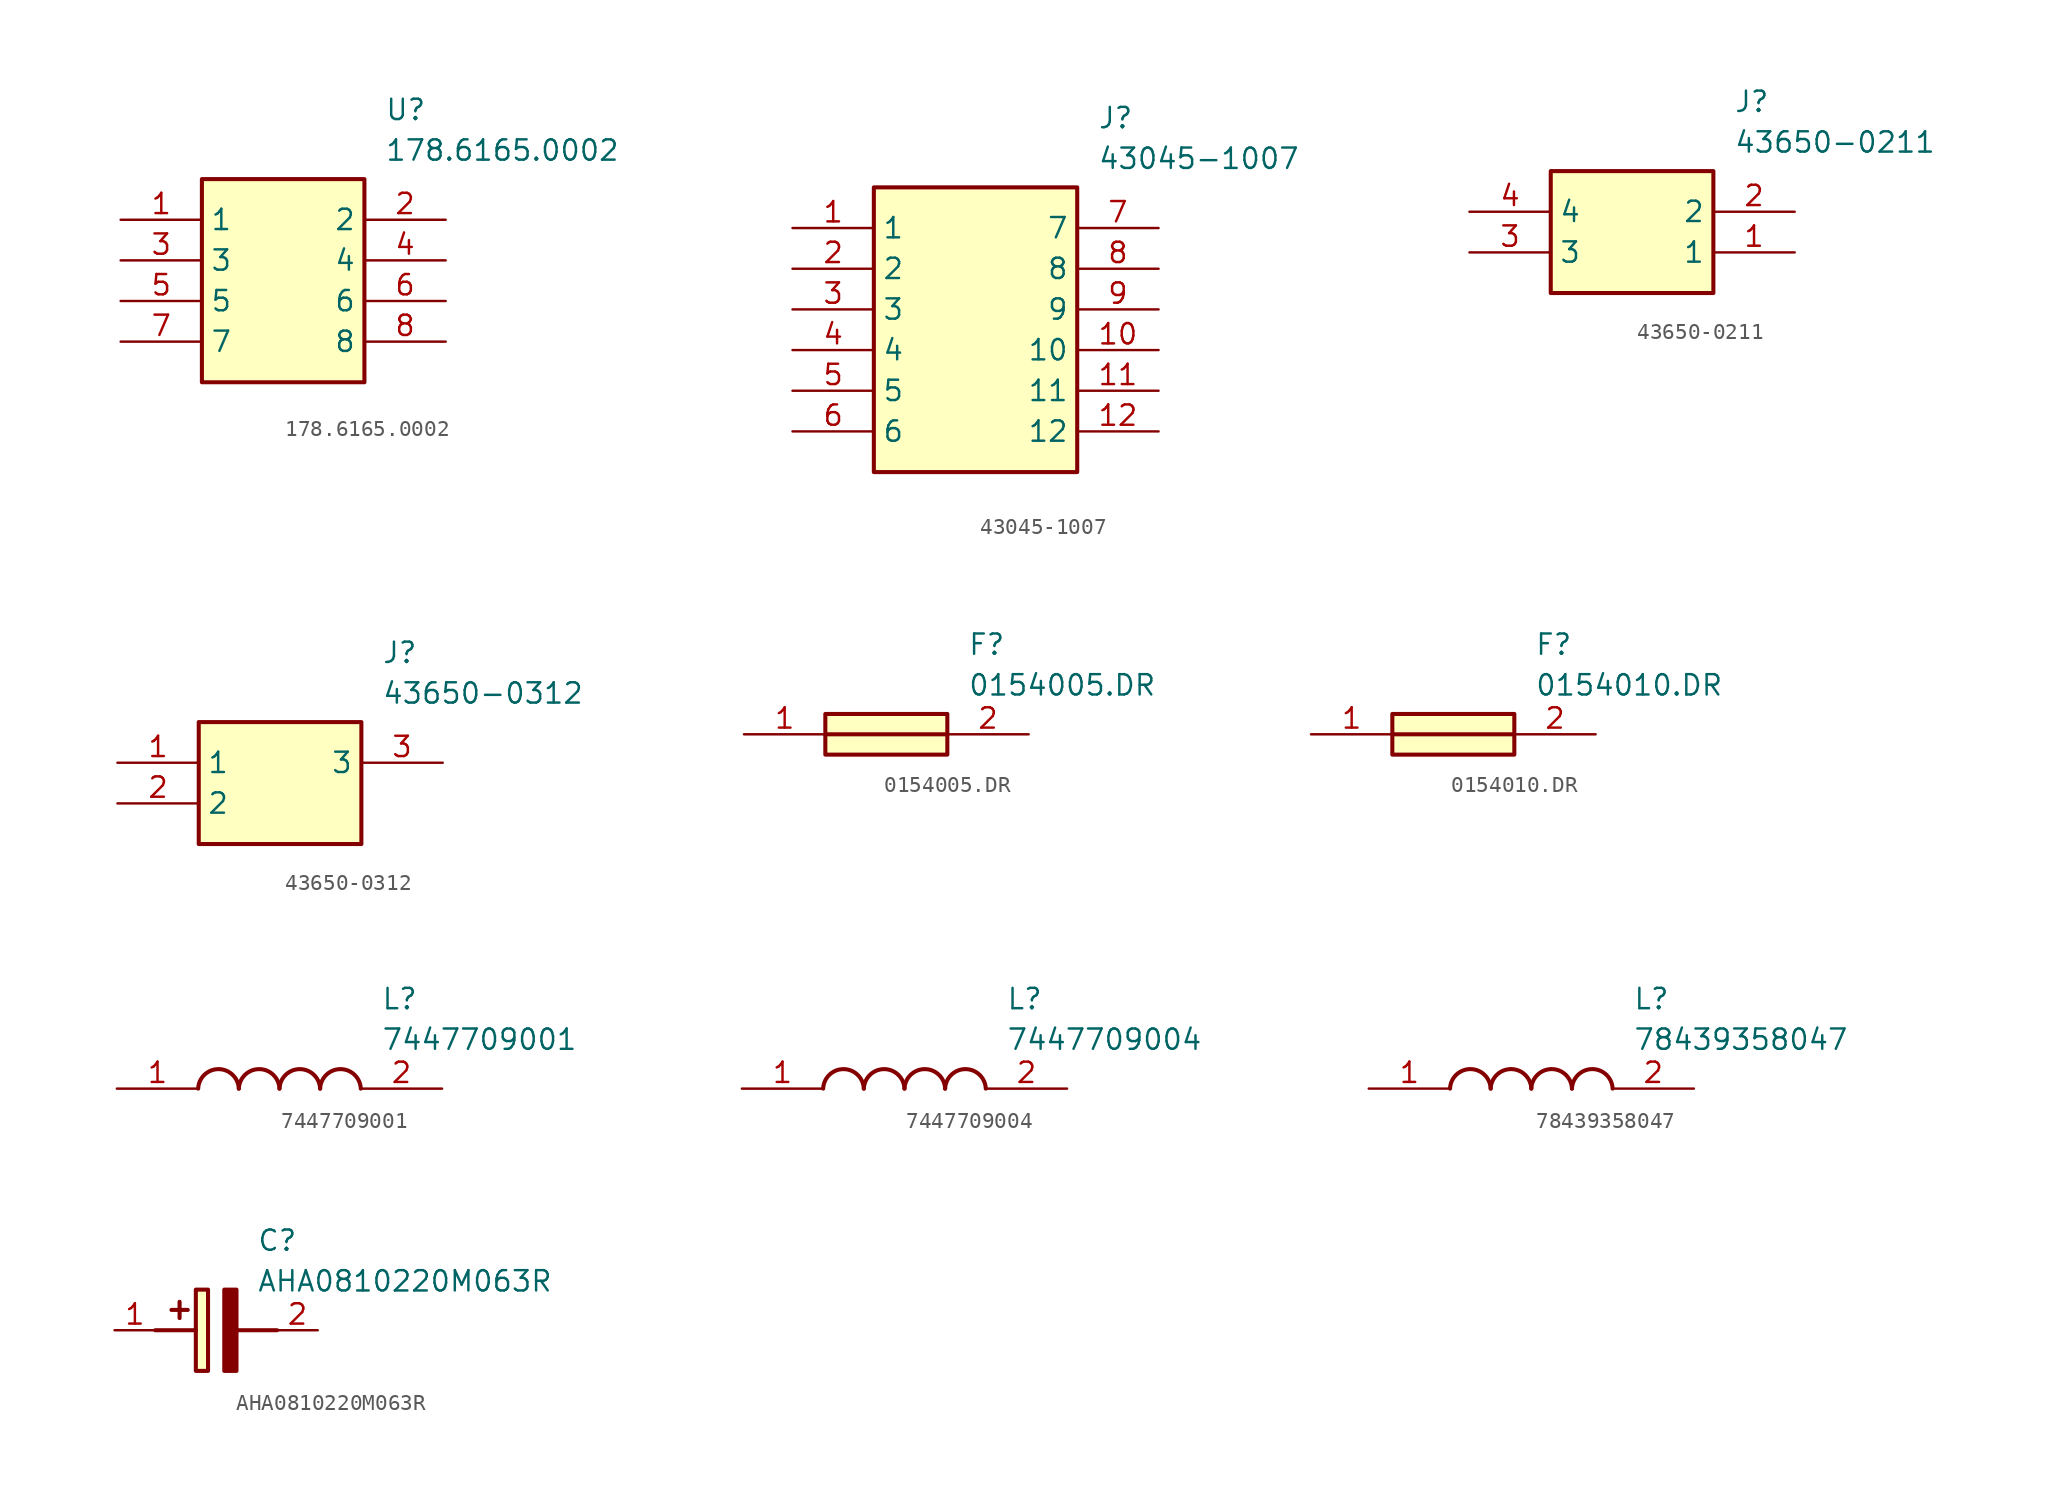
<source format=kicad_sym>
(kicad_symbol_lib
  (version 20241209)
  (generator "kicad_symbol_editor")
  (generator_version "9.0")
  (symbol "178.6165.0002"
    (property "Reference" "U"
      (at 16.51 7.62 0)
      (effects (font (size 1.27 1.27)) (justify left top)))
    (property "Value" "178.6165.0002"
      (at 16.51 5.08 0)
      (effects (font (size 1.27 1.27)) (justify left top)))
    (rectangle
      (start 5.08 2.54)
      (end 15.24 -10.16)
      (stroke (width 0.254) (type default))
      (fill (type background)))
    (pin passive line
      (at 0 0 0)
      (length 5.08)
      (name "1" (effects (font (size 1.27 1.27))))
      (number "1" (effects (font (size 1.27 1.27)))))
    (pin passive line
      (at 20.32 0 180)
      (length 5.08)
      (name "2" (effects (font (size 1.27 1.27))))
      (number "2" (effects (font (size 1.27 1.27)))))
    (pin passive line
      (at 0 -2.54 0)
      (length 5.08)
      (name "3" (effects (font (size 1.27 1.27))))
      (number "3" (effects (font (size 1.27 1.27)))))
    (pin passive line
      (at 20.32 -2.54 180)
      (length 5.08)
      (name "4" (effects (font (size 1.27 1.27))))
      (number "4" (effects (font (size 1.27 1.27)))))
    (pin passive line
      (at 0 -5.08 0)
      (length 5.08)
      (name "5" (effects (font (size 1.27 1.27))))
      (number "5" (effects (font (size 1.27 1.27)))))
    (pin passive line
      (at 20.32 -5.08 180)
      (length 5.08)
      (name "6" (effects (font (size 1.27 1.27))))
      (number "6" (effects (font (size 1.27 1.27)))))
    (pin passive line
      (at 0 -7.62 0)
      (length 5.08)
      (name "7" (effects (font (size 1.27 1.27))))
      (number "7" (effects (font (size 1.27 1.27)))))
    (pin passive line
      (at 20.32 -7.62 180)
      (length 5.08)
      (name "8" (effects (font (size 1.27 1.27))))
      (number "8" (effects (font (size 1.27 1.27))))))
  (symbol "43045-1007"
    (property "Reference" "J"
      (at 19.05 7.62 0)
      (effects (font (size 1.27 1.27)) (justify left top)))
    (property "Value" "43045-1007"
      (at 19.05 5.08 0)
      (effects (font (size 1.27 1.27)) (justify left top)))
    (symbol "43045-1007_1_1"
      (rectangle (start 5.08 2.54) (end 17.78 -15.24) (stroke (width 0.254) (type default)) (fill (type background)))
      (pin passive line (at 0 0 0) (length 5.08) (name "1" (effects (font (size 1.27 1.27)))) (number "1" (effects (font (size 1.27 1.27)))))
      (pin passive line (at 0 -2.54 0) (length 5.08) (name "2" (effects (font (size 1.27 1.27)))) (number "2" (effects (font (size 1.27 1.27)))))
      (pin passive line (at 0 -5.08 0) (length 5.08) (name "3" (effects (font (size 1.27 1.27)))) (number "3" (effects (font (size 1.27 1.27)))))
      (pin passive line (at 0 -7.62 0) (length 5.08) (name "4" (effects (font (size 1.27 1.27)))) (number "4" (effects (font (size 1.27 1.27)))))
      (pin passive line (at 0 -10.16 0) (length 5.08) (name "5" (effects (font (size 1.27 1.27)))) (number "5" (effects (font (size 1.27 1.27)))))
      (pin passive line (at 0 -12.7 0) (length 5.08) (name "6" (effects (font (size 1.27 1.27)))) (number "6" (effects (font (size 1.27 1.27)))))
      (pin passive line (at 22.86 0 180) (length 5.08) (name "7" (effects (font (size 1.27 1.27)))) (number "7" (effects (font (size 1.27 1.27)))))
      (pin passive line (at 22.86 -2.54 180) (length 5.08) (name "8" (effects (font (size 1.27 1.27)))) (number "8" (effects (font (size 1.27 1.27)))))
      (pin passive line (at 22.86 -5.08 180) (length 5.08) (name "9" (effects (font (size 1.27 1.27)))) (number "9" (effects (font (size 1.27 1.27)))))
      (pin passive line (at 22.86 -7.62 180) (length 5.08) (name "10" (effects (font (size 1.27 1.27)))) (number "10" (effects (font (size 1.27 1.27)))))
      (pin passive line (at 22.86 -10.16 180) (length 5.08) (name "11" (effects (font (size 1.27 1.27)))) (number "11" (effects (font (size 1.27 1.27)))))
      (pin passive line (at 22.86 -12.7 180) (length 5.08) (name "12" (effects (font (size 1.27 1.27)))) (number "12" (effects (font (size 1.27 1.27)))))))
  (symbol "43650-0211"
    (property "Reference" "J"
      (at 16.51 7.62 0)
      (effects (font (size 1.27 1.27)) (justify left top)))
    (property "Value" "43650-0211"
      (at 16.51 5.08 0)
      (effects (font (size 1.27 1.27)) (justify left top)))
    (symbol "43650-0211_1_1"
      (rectangle (start 5.08 2.54) (end 15.24 -5.08) (stroke (width 0.254) (type default)) (fill (type background)))
      (pin passive line (at 0 0 0) (length 5.08) (name "4" (effects (font (size 1.27 1.27)))) (number "4" (effects (font (size 1.27 1.27)))))
      (pin passive line (at 0 -2.54 0) (length 5.08) (name "3" (effects (font (size 1.27 1.27)))) (number "3" (effects (font (size 1.27 1.27)))))
      (pin passive line (at 20.32 0 180) (length 5.08) (name "2" (effects (font (size 1.27 1.27)))) (number "2" (effects (font (size 1.27 1.27)))))
      (pin passive line (at 20.32 -2.54 180) (length 5.08) (name "1" (effects (font (size 1.27 1.27)))) (number "1" (effects (font (size 1.27 1.27)))))))
  (symbol "43650-0312"
    (property "Reference" "J"
      (at 16.51 7.62 0)
      (effects (font (size 1.27 1.27)) (justify left top)))
    (property "Value" "43650-0312"
      (at 16.51 5.08 0)
      (effects (font (size 1.27 1.27)) (justify left top)))
    (symbol "43650-0312_1_1"
      (rectangle (start 5.08 2.54) (end 15.24 -5.08) (stroke (width 0.254) (type default)) (fill (type background)))
      (pin passive line (at 0 0 0) (length 5.08) (name "1" (effects (font (size 1.27 1.27)))) (number "1" (effects (font (size 1.27 1.27)))))
      (pin passive line (at 0 -2.54 0) (length 5.08) (name "2" (effects (font (size 1.27 1.27)))) (number "2" (effects (font (size 1.27 1.27)))))
      (pin passive line (at 20.32 0 180) (length 5.08) (name "3" (effects (font (size 1.27 1.27)))) (number "3" (effects (font (size 1.27 1.27)))))))
  (symbol "0154005.DR"
    (pin_names
      (hide yes))
    (property "Reference" "F"
      (at 13.97 6.35 0)
      (effects (font (size 1.27 1.27)) (justify left top)))
    (property "Value" "0154005.DR"
      (at 13.97 3.81 0)
      (effects (font (size 1.27 1.27)) (justify left top)))
    (symbol "0154005.DR_1_1"
      (rectangle (start 5.08 1.27) (end 12.7 -1.27) (stroke (width 0.254) (type default)) (fill (type background)))
      (polyline (pts (xy 5.08 0) (xy 12.7 0)) (stroke (width 0.254) (type default)) (fill (type none)))
      (pin passive line (at 0 0 0) (length 5.08) (name "1" (effects (font (size 1.27 1.27)))) (number "1" (effects (font (size 1.27 1.27)))))
      (pin passive line (at 17.78 0 180) (length 5.08) (name "2" (effects (font (size 1.27 1.27)))) (number "2" (effects (font (size 1.27 1.27)))))))
  (symbol "0154010.DR"
    (pin_names hide)
    (property "Reference" "F"
      (at 13.97 6.35 0)
      (effects (font (size 1.27 1.27)) (justify left top)))
    (property "Value" "0154010.DR"
      (at 13.97 3.81 0)
      (effects (font (size 1.27 1.27)) (justify left top)))
    (rectangle
      (start 5.08 1.27)
      (end 12.7 -1.27)
      (stroke (width 0.254) (type default))
      (fill (type background)))
    (polyline
      (pts (xy 5.08 0) (xy 12.7 0))
      (stroke (width 0.254) (type default))
      (fill (type none)))
    (pin passive line
      (at 0 0 0)
      (length 5.08)
      (name "1" (effects (font (size 1.27 1.27))))
      (number "1" (effects (font (size 1.27 1.27)))))
    (pin passive line
      (at 17.78 0 180)
      (length 5.08)
      (name "2" (effects (font (size 1.27 1.27))))
      (number "2" (effects (font (size 1.27 1.27))))))
  (symbol "7447709001"
    (pin_names
      (hide yes))
    (property "Reference" "L"
      (at 16.51 6.35 0)
      (effects (font (size 1.27 1.27)) (justify left top)))
    (property "Value" "7447709001"
      (at 16.51 3.81 0)
      (effects (font (size 1.27 1.27)) (justify left top)))
    (symbol "7447709001_1_1"
      (arc (start 5.08 0) (mid 6.35 1.219) (end 7.62 0) (stroke (width 0.254) (type default)) (fill (type none)))
      (arc (start 7.62 0) (mid 8.89 1.219) (end 10.16 0) (stroke (width 0.254) (type default)) (fill (type none)))
      (arc (start 10.16 0) (mid 11.43 1.219) (end 12.7 0) (stroke (width 0.254) (type default)) (fill (type none)))
      (arc (start 12.7 0) (mid 13.97 1.219) (end 15.24 0) (stroke (width 0.254) (type default)) (fill (type none)))
      (pin passive line (at 0 0 0) (length 5.08) (name "1" (effects (font (size 1.27 1.27)))) (number "1" (effects (font (size 1.27 1.27)))))
      (pin passive line (at 20.32 0 180) (length 5.08) (name "2" (effects (font (size 1.27 1.27)))) (number "2" (effects (font (size 1.27 1.27)))))))
  (symbol "7447709004"
    (pin_names hide)
    (property "Reference" "L"
      (at 16.51 6.35 0)
      (effects (font (size 1.27 1.27)) (justify left top)))
    (property "Value" "7447709004"
      (at 16.51 3.81 0)
      (effects (font (size 1.27 1.27)) (justify left top)))
    (arc
      (start 7.62 0)
      (mid 6.35 1.219)
      (end 5.08 0)
      (stroke (width 0.254) (type default))
      (fill (type none)))
    (arc
      (start 10.16 0)
      (mid 8.89 1.219)
      (end 7.62 0)
      (stroke (width 0.254) (type default))
      (fill (type none)))
    (arc
      (start 12.7 0)
      (mid 11.43 1.219)
      (end 10.16 0)
      (stroke (width 0.254) (type default))
      (fill (type none)))
    (arc
      (start 15.24 0)
      (mid 13.97 1.219)
      (end 12.7 0)
      (stroke (width 0.254) (type default))
      (fill (type none)))
    (pin passive line
      (at 0 0 0)
      (length 5.08)
      (name "1" (effects (font (size 1.27 1.27))))
      (number "1" (effects (font (size 1.27 1.27)))))
    (pin passive line
      (at 20.32 0 180)
      (length 5.08)
      (name "2" (effects (font (size 1.27 1.27))))
      (number "2" (effects (font (size 1.27 1.27))))))
  (symbol "78439358047"
    (pin_names
      (hide yes))
    (property "Reference" "L"
      (at 16.51 6.35 0)
      (effects (font (size 1.27 1.27)) (justify left top)))
    (property "Value" "78439358047"
      (at 16.51 3.81 0)
      (effects (font (size 1.27 1.27)) (justify left top)))
    (symbol "78439358047_1_1"
      (arc (start 5.08 0) (mid 6.35 1.219) (end 7.62 0) (stroke (width 0.254) (type default)) (fill (type none)))
      (arc (start 7.62 0) (mid 8.89 1.219) (end 10.16 0) (stroke (width 0.254) (type default)) (fill (type none)))
      (arc (start 10.16 0) (mid 11.43 1.219) (end 12.7 0) (stroke (width 0.254) (type default)) (fill (type none)))
      (arc (start 12.7 0) (mid 13.97 1.219) (end 15.24 0) (stroke (width 0.254) (type default)) (fill (type none)))
      (pin passive line (at 0 0 0) (length 5.08) (name "1" (effects (font (size 1.27 1.27)))) (number "1" (effects (font (size 1.27 1.27)))))
      (pin passive line (at 20.32 0 180) (length 5.08) (name "2" (effects (font (size 1.27 1.27)))) (number "2" (effects (font (size 1.27 1.27)))))))
  (symbol "AHA0810220M063R"
    (pin_names hide)
    (property "Reference" "C"
      (at 8.89 6.35 0)
      (effects (font (size 1.27 1.27)) (justify left top)))
    (property "Value" "AHA0810220M063R"
      (at 8.89 3.81 0)
      (effects (font (size 1.27 1.27)) (justify left top)))
    (rectangle
      (start 5.08 2.54)
      (end 5.842 -2.54)
      (stroke (width 0.254) (type default))
      (fill (type background)))
    (polyline
      (pts (xy 4.572 1.27) (xy 3.556 1.27))
      (stroke (width 0.254) (type default))
      (fill (type none)))
    (polyline
      (pts (xy 4.064 1.778) (xy 4.064 0.762))
      (stroke (width 0.254) (type default))
      (fill (type none)))
    (polyline
      (pts (xy 2.54 0) (xy 5.08 0))
      (stroke (width 0.254) (type default))
      (fill (type none)))
    (polyline
      (pts (xy 7.62 0) (xy 10.16 0))
      (stroke (width 0.254) (type default))
      (fill (type none)))
    (polyline
      (pts (xy 7.62 2.54) (xy 7.62 -2.54) (xy 6.858 -2.54) (xy 6.858 2.54) (xy 7.62 2.54))
      (stroke (width 0.254) (type default))
      (fill (type outline)))
    (pin passive line
      (at 0 0 0)
      (length 2.54)
      (name "+" (effects (font (size 1.27 1.27))))
      (number "1" (effects (font (size 1.27 1.27)))))
    (pin passive line
      (at 12.7 0 180)
      (length 2.54)
      (name "-" (effects (font (size 1.27 1.27))))
      (number "2" (effects (font (size 1.27 1.27)))))))
</source>
